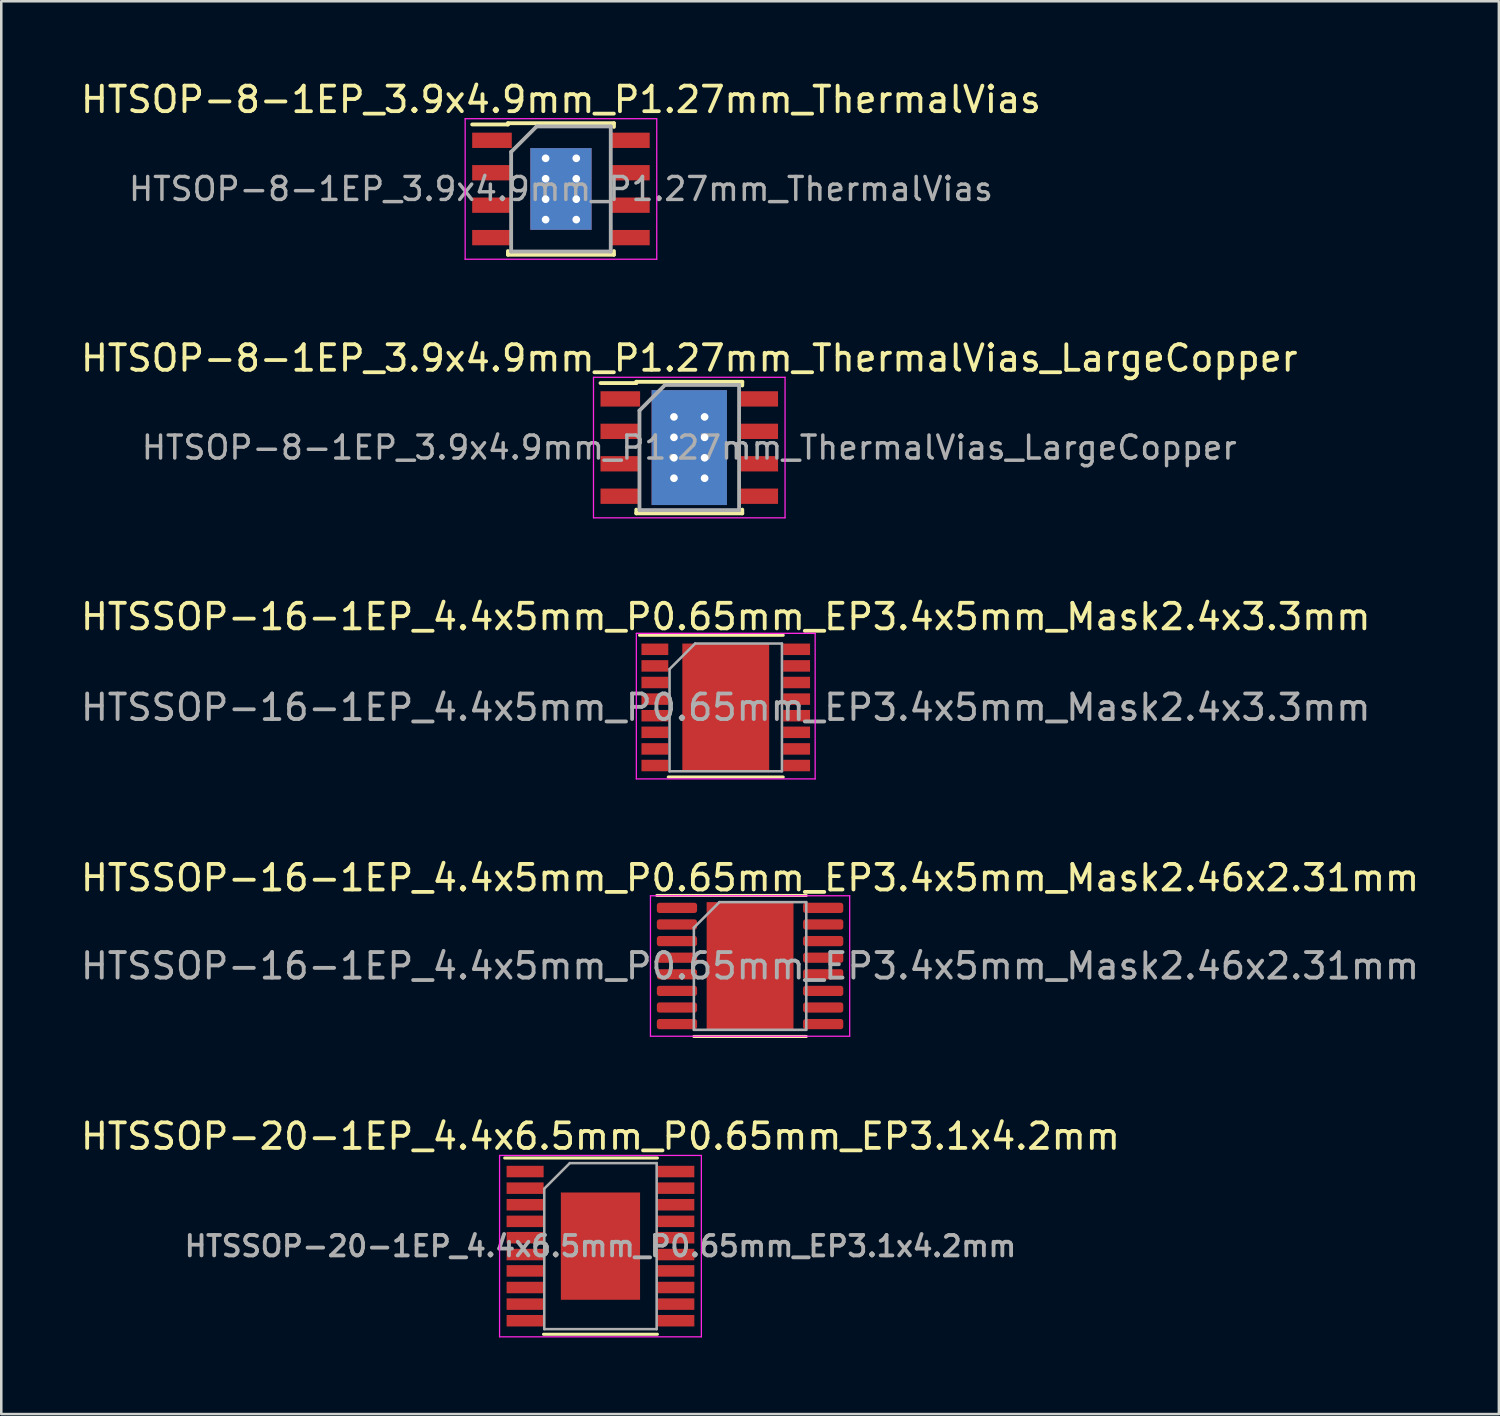
<source format=kicad_pcb>
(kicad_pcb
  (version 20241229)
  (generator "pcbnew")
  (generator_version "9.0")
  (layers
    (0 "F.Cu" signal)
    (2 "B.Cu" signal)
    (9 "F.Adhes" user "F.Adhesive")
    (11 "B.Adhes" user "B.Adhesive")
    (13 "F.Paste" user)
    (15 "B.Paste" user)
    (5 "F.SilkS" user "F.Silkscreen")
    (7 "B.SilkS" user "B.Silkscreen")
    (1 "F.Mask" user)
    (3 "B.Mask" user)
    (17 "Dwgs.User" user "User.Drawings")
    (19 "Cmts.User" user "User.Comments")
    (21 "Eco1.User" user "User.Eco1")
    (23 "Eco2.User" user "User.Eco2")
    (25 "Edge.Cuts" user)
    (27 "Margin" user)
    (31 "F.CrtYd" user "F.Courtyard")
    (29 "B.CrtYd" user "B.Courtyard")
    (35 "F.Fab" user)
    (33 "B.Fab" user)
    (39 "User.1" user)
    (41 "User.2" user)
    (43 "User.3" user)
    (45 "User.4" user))
  (footprint "HTSOP-8-1EP_3.9x4.9mm_P1.27mm_ThermalVias_LargeCopper"
    (layer "F.Cu")
    (at 23.935 14.472)
    (property "Reference" "HTSOP-8-1EP_3.9x4.9mm_P1.27mm_ThermalVias_LargeCopper" (at 0 -3.5 0) (layer "F.SilkS") (effects (font (size 1 1) (thickness 0.15))))
    (attr smd)
    (fp_line (start -2.075 -2.575) (end -2.075 -2.525) (stroke (width 0.15) (type solid)) (layer "F.SilkS"))
    (fp_line (start -2.075 -2.575) (end 2.075 -2.575) (stroke (width 0.15) (type solid)) (layer "F.SilkS"))
    (fp_line (start -2.075 -2.525) (end -3.475 -2.525) (stroke (width 0.15) (type solid)) (layer "F.SilkS"))
    (fp_line (start -2.075 2.575) (end -2.075 2.43) (stroke (width 0.15) (type solid)) (layer "F.SilkS"))
    (fp_line (start -2.075 2.575) (end 2.075 2.575) (stroke (width 0.15) (type solid)) (layer "F.SilkS"))
    (fp_line (start 2.075 -2.575) (end 2.075 -2.43) (stroke (width 0.15) (type solid)) (layer "F.SilkS"))
    (fp_line (start 2.075 2.575) (end 2.075 2.43) (stroke (width 0.15) (type solid)) (layer "F.SilkS"))
    (fp_line (start -3.75 -2.75) (end -3.75 2.75) (stroke (width 0.05) (type solid)) (layer "F.CrtYd"))
    (fp_line (start -3.75 -2.75) (end 3.75 -2.75) (stroke (width 0.05) (type solid)) (layer "F.CrtYd"))
    (fp_line (start -3.75 2.75) (end 3.75 2.75) (stroke (width 0.05) (type solid)) (layer "F.CrtYd"))
    (fp_line (start 3.75 -2.75) (end 3.75 2.75) (stroke (width 0.05) (type solid)) (layer "F.CrtYd"))
    (fp_line (start -1.95 -1.45) (end -0.95 -2.45) (stroke (width 0.15) (type solid)) (layer "F.Fab"))
    (fp_line (start -1.95 2.45) (end -1.95 -1.45) (stroke (width 0.15) (type solid)) (layer "F.Fab"))
    (fp_line (start -0.95 -2.45) (end 1.95 -2.45) (stroke (width 0.15) (type solid)) (layer "F.Fab"))
    (fp_line (start 1.95 -2.45) (end 1.95 2.45) (stroke (width 0.15) (type solid)) (layer "F.Fab"))
    (fp_line (start 1.95 2.45) (end -1.95 2.45) (stroke (width 0.15) (type solid)) (layer "F.Fab"))
    (fp_text user "${REFERENCE}" (at 0 0 0) (layer "F.Fab") (effects (font (size 0.9 0.9) (thickness 0.135))))
    (pad "1" smd rect (at -2.7 -1.905) (size 1.55 0.6) (layers "F.Cu" "F.Mask" "F.Paste"))
    (pad "2" smd rect (at -2.7 -0.635) (size 1.55 0.6) (layers "F.Cu" "F.Mask" "F.Paste"))
    (pad "3" smd rect (at -2.7 0.635) (size 1.55 0.6) (layers "F.Cu" "F.Mask" "F.Paste"))
    (pad "4" smd rect (at -2.7 1.905) (size 1.55 0.6) (layers "F.Cu" "F.Mask" "F.Paste"))
    (pad "5" smd rect (at 2.7 1.905) (size 1.55 0.6) (layers "F.Cu" "F.Mask" "F.Paste"))
    (pad "6" smd rect (at 2.7 0.635) (size 1.55 0.6) (layers "F.Cu" "F.Mask" "F.Paste"))
    (pad "7" smd rect (at 2.7 -0.635) (size 1.55 0.6) (layers "F.Cu" "F.Mask" "F.Paste"))
    (pad "8" smd rect (at 2.7 -1.905) (size 1.55 0.6) (layers "F.Cu" "F.Mask" "F.Paste"))
    (pad "9" thru_hole circle (at -0.6 -1.2) (size 0.6 0.6) (drill 0.3) (layers "*.Cu"))
    (pad "9" smd rect (at -0.6 -0.8) (size 1.2 1.6) (layers "F.Cu" "F.Mask" "F.Paste"))
    (pad "9" thru_hole circle (at -0.6 -0.4) (size 0.6 0.6) (drill 0.3) (layers "*.Cu"))
    (pad "9" thru_hole circle (at -0.6 0.4) (size 0.6 0.6) (drill 0.3) (layers "*.Cu"))
    (pad "9" smd rect (at -0.6 0.8) (size 1.2 1.6) (layers "F.Cu" "F.Mask" "F.Paste"))
    (pad "9" thru_hole circle (at -0.6 1.2) (size 0.6 0.6) (drill 0.3) (layers "*.Cu"))
    (pad "9" smd rect (at 0 0) (size 2.95 4.5) (layers "F.Cu"))
    (pad "9" smd rect (at 0 0) (size 2.95 4.5) (layers "B.Cu"))
    (pad "9" thru_hole circle (at 0.6 -1.2) (size 0.6 0.6) (drill 0.3) (layers "*.Cu"))
    (pad "9" smd rect (at 0.6 -0.8) (size 1.2 1.6) (layers "F.Cu" "F.Mask" "F.Paste"))
    (pad "9" thru_hole circle (at 0.6 -0.4) (size 0.6 0.6) (drill 0.3) (layers "*.Cu"))
    (pad "9" thru_hole circle (at 0.6 0.4) (size 0.6 0.6) (drill 0.3) (layers "*.Cu"))
    (pad "9" smd rect (at 0.6 0.8) (size 1.2 1.6) (layers "F.Cu" "F.Mask" "F.Paste"))
    (pad "9" thru_hole circle (at 0.6 1.2) (size 0.6 0.6) (drill 0.3) (layers "*.Cu")))
  (footprint "HTSOP-8-1EP_3.9x4.9mm_P1.27mm_ThermalVias"
    (layer "F.Cu")
    (at 18.911 4.348)
    (property "Reference" "HTSOP-8-1EP_3.9x4.9mm_P1.27mm_ThermalVias" (at 0 -3.5 0) (layer "F.SilkS") (effects (font (size 1 1) (thickness 0.15))))
    (attr smd)
    (fp_line (start -2.075 -2.575) (end -2.075 -2.525) (stroke (width 0.15) (type solid)) (layer "F.SilkS"))
    (fp_line (start -2.075 -2.575) (end 2.075 -2.575) (stroke (width 0.15) (type solid)) (layer "F.SilkS"))
    (fp_line (start -2.075 -2.525) (end -3.475 -2.525) (stroke (width 0.15) (type solid)) (layer "F.SilkS"))
    (fp_line (start -2.075 2.575) (end -2.075 2.43) (stroke (width 0.15) (type solid)) (layer "F.SilkS"))
    (fp_line (start -2.075 2.575) (end 2.075 2.575) (stroke (width 0.15) (type solid)) (layer "F.SilkS"))
    (fp_line (start 2.075 -2.575) (end 2.075 -2.43) (stroke (width 0.15) (type solid)) (layer "F.SilkS"))
    (fp_line (start 2.075 2.575) (end 2.075 2.43) (stroke (width 0.15) (type solid)) (layer "F.SilkS"))
    (fp_line (start -3.75 -2.75) (end -3.75 2.75) (stroke (width 0.05) (type solid)) (layer "F.CrtYd"))
    (fp_line (start -3.75 -2.75) (end 3.75 -2.75) (stroke (width 0.05) (type solid)) (layer "F.CrtYd"))
    (fp_line (start -3.75 2.75) (end 3.75 2.75) (stroke (width 0.05) (type solid)) (layer "F.CrtYd"))
    (fp_line (start 3.75 -2.75) (end 3.75 2.75) (stroke (width 0.05) (type solid)) (layer "F.CrtYd"))
    (fp_line (start -1.95 -1.45) (end -0.95 -2.45) (stroke (width 0.15) (type solid)) (layer "F.Fab"))
    (fp_line (start -1.95 2.45) (end -1.95 -1.45) (stroke (width 0.15) (type solid)) (layer "F.Fab"))
    (fp_line (start -0.95 -2.45) (end 1.95 -2.45) (stroke (width 0.15) (type solid)) (layer "F.Fab"))
    (fp_line (start 1.95 -2.45) (end 1.95 2.45) (stroke (width 0.15) (type solid)) (layer "F.Fab"))
    (fp_line (start 1.95 2.45) (end -1.95 2.45) (stroke (width 0.15) (type solid)) (layer "F.Fab"))
    (fp_text user "${REFERENCE}" (at 0 0 0) (layer "F.Fab") (effects (font (size 0.9 0.9) (thickness 0.135))))
    (pad "1" smd rect (at -2.7 -1.905) (size 1.55 0.6) (layers "F.Cu" "F.Mask" "F.Paste"))
    (pad "2" smd rect (at -2.7 -0.635) (size 1.55 0.6) (layers "F.Cu" "F.Mask" "F.Paste"))
    (pad "3" smd rect (at -2.7 0.635) (size 1.55 0.6) (layers "F.Cu" "F.Mask" "F.Paste"))
    (pad "4" smd rect (at -2.7 1.905) (size 1.55 0.6) (layers "F.Cu" "F.Mask" "F.Paste"))
    (pad "5" smd rect (at 2.7 1.905) (size 1.55 0.6) (layers "F.Cu" "F.Mask" "F.Paste"))
    (pad "6" smd rect (at 2.7 0.635) (size 1.55 0.6) (layers "F.Cu" "F.Mask" "F.Paste"))
    (pad "7" smd rect (at 2.7 -0.635) (size 1.55 0.6) (layers "F.Cu" "F.Mask" "F.Paste"))
    (pad "8" smd rect (at 2.7 -1.905) (size 1.55 0.6) (layers "F.Cu" "F.Mask" "F.Paste"))
    (pad "9" thru_hole circle (at -0.6 -1.2) (size 0.6 0.6) (drill 0.3) (layers "*.Cu"))
    (pad "9" smd rect (at -0.6 -0.8) (size 1.2 1.6) (layers "F.Cu" "F.Mask" "F.Paste"))
    (pad "9" thru_hole circle (at -0.6 -0.4) (size 0.6 0.6) (drill 0.3) (layers "*.Cu"))
    (pad "9" thru_hole circle (at -0.6 0.4) (size 0.6 0.6) (drill 0.3) (layers "*.Cu"))
    (pad "9" smd rect (at -0.6 0.8) (size 1.2 1.6) (layers "F.Cu" "F.Mask" "F.Paste"))
    (pad "9" thru_hole circle (at -0.6 1.2) (size 0.6 0.6) (drill 0.3) (layers "*.Cu"))
    (pad "9" smd rect (at 0 0) (size 2.4 3.2) (layers "B.Cu"))
    (pad "9" thru_hole circle (at 0.6 -1.2) (size 0.6 0.6) (drill 0.3) (layers "*.Cu"))
    (pad "9" smd rect (at 0.6 -0.8) (size 1.2 1.6) (layers "F.Cu" "F.Mask" "F.Paste"))
    (pad "9" thru_hole circle (at 0.6 -0.4) (size 0.6 0.6) (drill 0.3) (layers "*.Cu"))
    (pad "9" thru_hole circle (at 0.6 0.4) (size 0.6 0.6) (drill 0.3) (layers "*.Cu"))
    (pad "9" smd rect (at 0.6 0.8) (size 1.2 1.6) (layers "F.Cu" "F.Mask" "F.Paste"))
    (pad "9" thru_hole circle (at 0.6 1.2) (size 0.6 0.6) (drill 0.3) (layers "*.Cu")))
  (footprint "HTSSOP-16-1EP_4.4x5mm_P0.65mm_EP3.4x5mm_Mask2.4x3.3mm"
    (layer "F.Cu")
    (at 25.363 24.645)
    (property "Reference" "HTSSOP-16-1EP_4.4x5mm_P0.65mm_EP3.4x5mm_Mask2.4x3.3mm" (at 0 -3.55 0) (layer "F.SilkS") (effects (font (size 1 1) (thickness 0.15))))
    (attr smd)
    (fp_line (start -3.375 -2.825) (end 2.25 -2.825) (stroke (width 0.12) (type solid)) (layer "F.SilkS"))
    (fp_line (start -2.25 2.725) (end 2.25 2.725) (stroke (width 0.12) (type solid)) (layer "F.SilkS"))
    (fp_line (start -3.5 -2.9) (end -3.5 2.8) (stroke (width 0.05) (type solid)) (layer "F.CrtYd"))
    (fp_line (start -3.5 -2.9) (end 3.5 -2.9) (stroke (width 0.05) (type solid)) (layer "F.CrtYd"))
    (fp_line (start -3.5 2.8) (end 3.5 2.8) (stroke (width 0.05) (type solid)) (layer "F.CrtYd"))
    (fp_line (start 3.5 -2.9) (end 3.5 2.8) (stroke (width 0.05) (type solid)) (layer "F.CrtYd"))
    (fp_line (start -2.2 -1.5) (end -1.2 -2.5) (stroke (width 0.1) (type solid)) (layer "F.Fab"))
    (fp_line (start -2.2 2.5) (end -2.2 -1.5) (stroke (width 0.1) (type solid)) (layer "F.Fab"))
    (fp_line (start -1.2 -2.5) (end 2.2 -2.5) (stroke (width 0.1) (type solid)) (layer "F.Fab"))
    (fp_line (start 2.2 -2.5) (end 2.2 2.5) (stroke (width 0.1) (type solid)) (layer "F.Fab"))
    (fp_line (start 2.2 2.5) (end -2.2 2.5) (stroke (width 0.1) (type solid)) (layer "F.Fab"))
    (fp_text user "${REFERENCE}" (at 0 0 0) (layer "F.Fab") (effects (font (size 1 1) (thickness 0.15))))
    (pad "" smd rect (at 0 -0.775) (size 2.3 1.125) (layers "F.Paste"))
    (pad "" smd rect (at 0 0) (size 2.41 3.29) (layers "F.Mask"))
    (pad "" smd rect (at 0 0.8) (size 2.3 1.125) (layers "F.Paste"))
    (pad "1" smd rect (at -2.775 -2.275) (size 1.05 0.45) (layers "F.Cu" "F.Mask" "F.Paste"))
    (pad "2" smd rect (at -2.775 -1.625) (size 1.05 0.45) (layers "F.Cu" "F.Mask" "F.Paste"))
    (pad "3" smd rect (at -2.775 -0.975) (size 1.05 0.45) (layers "F.Cu" "F.Mask" "F.Paste"))
    (pad "4" smd rect (at -2.775 -0.325) (size 1.05 0.45) (layers "F.Cu" "F.Mask" "F.Paste"))
    (pad "5" smd rect (at -2.775 0.325) (size 1.05 0.45) (layers "F.Cu" "F.Mask" "F.Paste"))
    (pad "6" smd rect (at -2.775 0.975) (size 1.05 0.45) (layers "F.Cu" "F.Mask" "F.Paste"))
    (pad "7" smd rect (at -2.775 1.625) (size 1.05 0.45) (layers "F.Cu" "F.Mask" "F.Paste"))
    (pad "8" smd rect (at -2.775 2.275) (size 1.05 0.45) (layers "F.Cu" "F.Mask" "F.Paste"))
    (pad "9" smd rect (at 2.775 2.275) (size 1.05 0.45) (layers "F.Cu" "F.Mask" "F.Paste"))
    (pad "10" smd rect (at 2.775 1.625) (size 1.05 0.45) (layers "F.Cu" "F.Mask" "F.Paste"))
    (pad "11" smd rect (at 2.775 0.975) (size 1.05 0.45) (layers "F.Cu" "F.Mask" "F.Paste"))
    (pad "12" smd rect (at 2.775 0.325) (size 1.05 0.45) (layers "F.Cu" "F.Mask" "F.Paste"))
    (pad "13" smd rect (at 2.775 -0.325) (size 1.05 0.45) (layers "F.Cu" "F.Mask" "F.Paste"))
    (pad "14" smd rect (at 2.775 -0.975) (size 1.05 0.45) (layers "F.Cu" "F.Mask" "F.Paste"))
    (pad "15" smd rect (at 2.775 -1.625) (size 1.05 0.45) (layers "F.Cu" "F.Mask" "F.Paste"))
    (pad "16" smd rect (at 2.775 -2.275) (size 1.05 0.45) (layers "F.Cu" "F.Mask" "F.Paste"))
    (pad "17" smd rect (at 0 0) (size 3.4 5) (layers "F.Cu")))
  (footprint "HTSSOP-20-1EP_4.4x6.5mm_P0.65mm_EP3.1x4.2mm"
    (layer "F.Cu")
    (at 20.458 45.736)
    (property "Reference" "HTSSOP-20-1EP_4.4x6.5mm_P0.65mm_EP3.1x4.2mm" (at 0 -4.3 0) (layer "F.SilkS") (effects (font (size 1 1) (thickness 0.15))))
    (attr smd)
    (fp_line (start -3.75 -3.45) (end 2.23 -3.45) (stroke (width 0.12) (type solid)) (layer "F.SilkS"))
    (fp_line (start -2.23 3.45) (end 2.23 3.45) (stroke (width 0.12) (type solid)) (layer "F.SilkS"))
    (fp_line (start -3.95 -3.55) (end -3.95 3.55) (stroke (width 0.05) (type solid)) (layer "F.CrtYd"))
    (fp_line (start -3.95 -3.55) (end 3.95 -3.55) (stroke (width 0.05) (type solid)) (layer "F.CrtYd"))
    (fp_line (start -3.95 3.55) (end 3.95 3.55) (stroke (width 0.05) (type solid)) (layer "F.CrtYd"))
    (fp_line (start 3.95 -3.55) (end 3.95 3.55) (stroke (width 0.05) (type solid)) (layer "F.CrtYd"))
    (fp_line (start -2.2 -2.25) (end -1.2 -3.25) (stroke (width 0.1) (type solid)) (layer "F.Fab"))
    (fp_line (start -2.2 3.25) (end -2.2 -2.25) (stroke (width 0.1) (type solid)) (layer "F.Fab"))
    (fp_line (start -1.2 -3.25) (end 2.2 -3.25) (stroke (width 0.1) (type solid)) (layer "F.Fab"))
    (fp_line (start 2.2 -3.25) (end 2.2 3.25) (stroke (width 0.1) (type solid)) (layer "F.Fab"))
    (fp_line (start 2.2 3.25) (end -2.2 3.25) (stroke (width 0.1) (type solid)) (layer "F.Fab"))
    (fp_text user "${REFERENCE}" (at 0 0 0) (layer "F.Fab") (effects (font (size 0.8 0.8) (thickness 0.15))))
    (pad "" smd rect (at -0.85 -0.812) (size 1.4 1.325) (layers "F.Paste"))
    (pad "" smd rect (at -0.85 0.812) (size 1.4 1.325) (layers "F.Paste"))
    (pad "" smd rect (at 0.85 -0.812) (size 1.4 1.325) (layers "F.Paste"))
    (pad "" smd rect (at 0.85 0.812) (size 1.4 1.325) (layers "F.Paste"))
    (pad "1" smd rect (at -2.95 -2.92) (size 1.45 0.45) (layers "F.Cu" "F.Mask" "F.Paste"))
    (pad "2" smd rect (at -2.95 -2.27) (size 1.45 0.45) (layers "F.Cu" "F.Mask" "F.Paste"))
    (pad "3" smd rect (at -2.95 -1.62) (size 1.45 0.45) (layers "F.Cu" "F.Mask" "F.Paste"))
    (pad "4" smd rect (at -2.95 -0.97) (size 1.45 0.45) (layers "F.Cu" "F.Mask" "F.Paste"))
    (pad "5" smd rect (at -2.95 -0.33) (size 1.45 0.45) (layers "F.Cu" "F.Mask" "F.Paste"))
    (pad "6" smd rect (at -2.95 0.33) (size 1.45 0.45) (layers "F.Cu" "F.Mask" "F.Paste"))
    (pad "7" smd rect (at -2.95 0.97) (size 1.45 0.45) (layers "F.Cu" "F.Mask" "F.Paste"))
    (pad "8" smd rect (at -2.95 1.62) (size 1.45 0.45) (layers "F.Cu" "F.Mask" "F.Paste"))
    (pad "9" smd rect (at -2.95 2.27) (size 1.45 0.45) (layers "F.Cu" "F.Mask" "F.Paste"))
    (pad "10" smd rect (at -2.95 2.92) (size 1.45 0.45) (layers "F.Cu" "F.Mask" "F.Paste"))
    (pad "11" smd rect (at 2.95 2.92) (size 1.45 0.45) (layers "F.Cu" "F.Mask" "F.Paste"))
    (pad "12" smd rect (at 2.95 2.27) (size 1.45 0.45) (layers "F.Cu" "F.Mask" "F.Paste"))
    (pad "13" smd rect (at 2.95 1.62) (size 1.45 0.45) (layers "F.Cu" "F.Mask" "F.Paste"))
    (pad "14" smd rect (at 2.95 0.97) (size 1.45 0.45) (layers "F.Cu" "F.Mask" "F.Paste"))
    (pad "15" smd rect (at 2.95 0.33) (size 1.45 0.45) (layers "F.Cu" "F.Mask" "F.Paste"))
    (pad "16" smd rect (at 2.95 -0.33) (size 1.45 0.45) (layers "F.Cu" "F.Mask" "F.Paste"))
    (pad "17" smd rect (at 2.95 -0.97) (size 1.45 0.45) (layers "F.Cu" "F.Mask" "F.Paste"))
    (pad "18" smd rect (at 2.95 -1.62) (size 1.45 0.45) (layers "F.Cu" "F.Mask" "F.Paste"))
    (pad "19" smd rect (at 2.95 -2.27) (size 1.45 0.45) (layers "F.Cu" "F.Mask" "F.Paste"))
    (pad "20" smd rect (at 2.95 -2.92) (size 1.45 0.45) (layers "F.Cu" "F.Mask" "F.Paste"))
    (pad "21" smd rect (at 0 0) (size 3.1 4.2) (layers "F.Cu" "F.Mask")))
  (footprint "HTSSOP-16-1EP_4.4x5mm_P0.65mm_EP3.4x5mm_Mask2.46x2.31mm"
    (layer "F.Cu")
    (at 26.315 34.768)
    (property "Reference" "HTSSOP-16-1EP_4.4x5mm_P0.65mm_EP3.4x5mm_Mask2.46x2.31mm" (at 0 -3.45 0) (layer "F.SilkS") (effects (font (size 1 1) (thickness 0.15))))
    (attr smd)
    (fp_line (start 0 -2.76) (end -3.65 -2.76) (stroke (width 0.12) (type solid)) (layer "F.SilkS"))
    (fp_line (start 0 -2.76) (end 2.2 -2.76) (stroke (width 0.12) (type solid)) (layer "F.SilkS"))
    (fp_line (start 0 2.76) (end -2.2 2.76) (stroke (width 0.12) (type solid)) (layer "F.SilkS"))
    (fp_line (start 0 2.76) (end 2.2 2.76) (stroke (width 0.12) (type solid)) (layer "F.SilkS"))
    (fp_line (start -3.9 -2.75) (end -3.9 2.75) (stroke (width 0.05) (type solid)) (layer "F.CrtYd"))
    (fp_line (start -3.9 2.75) (end 3.9 2.75) (stroke (width 0.05) (type solid)) (layer "F.CrtYd"))
    (fp_line (start 3.9 -2.75) (end -3.9 -2.75) (stroke (width 0.05) (type solid)) (layer "F.CrtYd"))
    (fp_line (start 3.9 2.75) (end 3.9 -2.75) (stroke (width 0.05) (type solid)) (layer "F.CrtYd"))
    (fp_line (start -2.2 -1.5) (end -1.2 -2.5) (stroke (width 0.1) (type solid)) (layer "F.Fab"))
    (fp_line (start -2.2 2.5) (end -2.2 -1.5) (stroke (width 0.1) (type solid)) (layer "F.Fab"))
    (fp_line (start -1.2 -2.5) (end 2.2 -2.5) (stroke (width 0.1) (type solid)) (layer "F.Fab"))
    (fp_line (start 2.2 -2.5) (end 2.2 2.5) (stroke (width 0.1) (type solid)) (layer "F.Fab"))
    (fp_line (start 2.2 2.5) (end -2.2 2.5) (stroke (width 0.1) (type solid)) (layer "F.Fab"))
    (fp_text user "${REFERENCE}" (at 0 0 0) (layer "F.Fab") (effects (font (size 1 1) (thickness 0.15))))
    (pad "" smd roundrect (at 0 -0.58) (size 1.98 0.93) (layers "F.Paste") (roundrect_rratio 0.25))
    (pad "" smd rect (at 0 0) (size 2.46 2.31) (layers "F.Mask"))
    (pad "" smd roundrect (at 0 0.58) (size 1.98 0.93) (layers "F.Paste") (roundrect_rratio 0.25))
    (pad "1" smd roundrect (at -2.862 -2.275) (size 1.575 0.4) (layers "F.Cu" "F.Mask" "F.Paste") (roundrect_rratio 0.25))
    (pad "2" smd roundrect (at -2.862 -1.625) (size 1.575 0.4) (layers "F.Cu" "F.Mask" "F.Paste") (roundrect_rratio 0.25))
    (pad "3" smd roundrect (at -2.862 -0.975) (size 1.575 0.4) (layers "F.Cu" "F.Mask" "F.Paste") (roundrect_rratio 0.25))
    (pad "4" smd roundrect (at -2.862 -0.325) (size 1.575 0.4) (layers "F.Cu" "F.Mask" "F.Paste") (roundrect_rratio 0.25))
    (pad "5" smd roundrect (at -2.862 0.325) (size 1.575 0.4) (layers "F.Cu" "F.Mask" "F.Paste") (roundrect_rratio 0.25))
    (pad "6" smd roundrect (at -2.862 0.975) (size 1.575 0.4) (layers "F.Cu" "F.Mask" "F.Paste") (roundrect_rratio 0.25))
    (pad "7" smd roundrect (at -2.862 1.625) (size 1.575 0.4) (layers "F.Cu" "F.Mask" "F.Paste") (roundrect_rratio 0.25))
    (pad "8" smd roundrect (at -2.862 2.275) (size 1.575 0.4) (layers "F.Cu" "F.Mask" "F.Paste") (roundrect_rratio 0.25))
    (pad "9" smd roundrect (at 2.862 2.275) (size 1.575 0.4) (layers "F.Cu" "F.Mask" "F.Paste") (roundrect_rratio 0.25))
    (pad "10" smd roundrect (at 2.862 1.625) (size 1.575 0.4) (layers "F.Cu" "F.Mask" "F.Paste") (roundrect_rratio 0.25))
    (pad "11" smd roundrect (at 2.862 0.975) (size 1.575 0.4) (layers "F.Cu" "F.Mask" "F.Paste") (roundrect_rratio 0.25))
    (pad "12" smd roundrect (at 2.862 0.325) (size 1.575 0.4) (layers "F.Cu" "F.Mask" "F.Paste") (roundrect_rratio 0.25))
    (pad "13" smd roundrect (at 2.862 -0.325) (size 1.575 0.4) (layers "F.Cu" "F.Mask" "F.Paste") (roundrect_rratio 0.25))
    (pad "14" smd roundrect (at 2.862 -0.975) (size 1.575 0.4) (layers "F.Cu" "F.Mask" "F.Paste") (roundrect_rratio 0.25))
    (pad "15" smd roundrect (at 2.862 -1.625) (size 1.575 0.4) (layers "F.Cu" "F.Mask" "F.Paste") (roundrect_rratio 0.25))
    (pad "16" smd roundrect (at 2.862 -2.275) (size 1.575 0.4) (layers "F.Cu" "F.Mask" "F.Paste") (roundrect_rratio 0.25))
    (pad "17" smd rect (at 0 0) (size 3.4 5) (layers "F.Cu")))
  (gr_rect
    (start -3 -3)
    (end 55.631 52.311)
    (stroke (width 0.1) (type default))
    (fill no)
    (layer "Edge.Cuts")))
</source>
